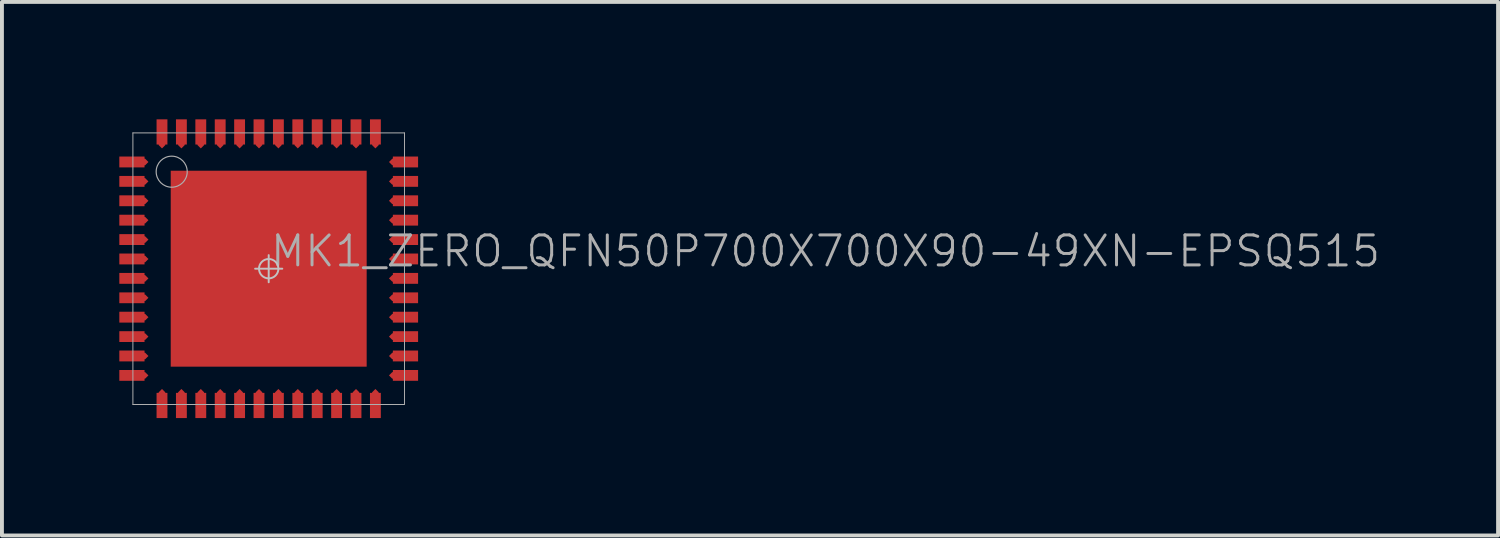
<source format=kicad_pcb>
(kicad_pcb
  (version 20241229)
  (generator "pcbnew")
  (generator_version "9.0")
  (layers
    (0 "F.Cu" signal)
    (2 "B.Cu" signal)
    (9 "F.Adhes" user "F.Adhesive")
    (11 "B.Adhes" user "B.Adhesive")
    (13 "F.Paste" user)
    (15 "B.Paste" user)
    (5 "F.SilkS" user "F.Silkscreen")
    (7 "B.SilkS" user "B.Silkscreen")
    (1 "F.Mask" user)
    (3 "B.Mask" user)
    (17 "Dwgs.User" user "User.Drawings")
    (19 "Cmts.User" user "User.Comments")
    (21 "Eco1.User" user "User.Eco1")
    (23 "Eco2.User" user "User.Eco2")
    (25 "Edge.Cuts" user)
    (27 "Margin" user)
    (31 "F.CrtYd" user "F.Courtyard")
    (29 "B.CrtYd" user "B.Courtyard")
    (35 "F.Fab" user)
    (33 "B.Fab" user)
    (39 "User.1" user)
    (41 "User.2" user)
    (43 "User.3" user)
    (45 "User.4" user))
  (footprint "MK1_ZERO_QFN50P700X700X90-49XN-EPSQ515"
    (layer "F.Cu")
    (at 3.875 3.875)
    (property "Reference" "MK1_ZERO_QFN50P700X700X90-49XN-EPSQ515" (at 0 0 0) (layer "F.Fab") (effects (font (size 0.772 0.772) (thickness 0.077)) (justify left bottom)))
    (attr through_hole)
    (fp_poly (pts (xy -2.525 -2.525) (xy 2.525 -2.525) (xy 2.525 2.525) (xy -2.525 2.525)) (stroke (width 0) (type solid)) (fill yes) (layer "F.Cu"))
    (fp_poly (pts (xy -3.825 -1.835) (xy -3.185 -1.835) (xy -3.1 -1.75) (xy -3.185 -1.665) (xy -3.825 -1.665)) (stroke (width 0) (type solid)) (fill yes) (layer "F.Cu"))
    (fp_poly (pts (xy -3.825 -1.335) (xy -3.185 -1.335) (xy -3.1 -1.25) (xy -3.185 -1.165) (xy -3.825 -1.165)) (stroke (width 0) (type solid)) (fill yes) (layer "F.Cu"))
    (fp_poly (pts (xy -3.825 -0.835) (xy -3.185 -0.835) (xy -3.1 -0.75) (xy -3.185 -0.665) (xy -3.825 -0.665)) (stroke (width 0) (type solid)) (fill yes) (layer "F.Cu"))
    (fp_poly (pts (xy -3.825 -0.335) (xy -3.185 -0.335) (xy -3.1 -0.25) (xy -3.185 -0.165) (xy -3.825 -0.165)) (stroke (width 0) (type solid)) (fill yes) (layer "F.Cu"))
    (fp_poly (pts (xy -3.825 0.165) (xy -3.185 0.165) (xy -3.1 0.25) (xy -3.185 0.335) (xy -3.825 0.335)) (stroke (width 0) (type solid)) (fill yes) (layer "F.Cu"))
    (fp_poly (pts (xy -3.825 0.665) (xy -3.185 0.665) (xy -3.1 0.75) (xy -3.185 0.835) (xy -3.825 0.835)) (stroke (width 0) (type solid)) (fill yes) (layer "F.Cu"))
    (fp_poly (pts (xy -3.825 1.165) (xy -3.185 1.165) (xy -3.1 1.25) (xy -3.185 1.335) (xy -3.825 1.335)) (stroke (width 0) (type solid)) (fill yes) (layer "F.Cu"))
    (fp_poly (pts (xy -3.825 1.665) (xy -3.185 1.665) (xy -3.1 1.75) (xy -3.185 1.835) (xy -3.825 1.835)) (stroke (width 0) (type solid)) (fill yes) (layer "F.Cu"))
    (fp_poly (pts (xy -3.825 2.165) (xy -3.185 2.165) (xy -3.1 2.25) (xy -3.185 2.335) (xy -3.825 2.335)) (stroke (width 0) (type solid)) (fill yes) (layer "F.Cu"))
    (fp_poly (pts (xy -3.825 2.665) (xy -3.185 2.665) (xy -3.1 2.75) (xy -3.185 2.835) (xy -3.825 2.835)) (stroke (width 0) (type solid)) (fill yes) (layer "F.Cu"))
    (fp_poly (pts (xy -2.835 3.825) (xy -2.835 3.185) (xy -2.75 3.1) (xy -2.665 3.185) (xy -2.665 3.825)) (stroke (width 0) (type solid)) (fill yes) (layer "F.Cu"))
    (fp_poly (pts (xy -2.665 -3.825) (xy -2.665 -3.185) (xy -2.75 -3.1) (xy -2.835 -3.185) (xy -2.835 -3.825)) (stroke (width 0) (type solid)) (fill yes) (layer "F.Cu"))
    (fp_poly (pts (xy -2.335 3.825) (xy -2.335 3.185) (xy -2.25 3.1) (xy -2.165 3.185) (xy -2.165 3.825)) (stroke (width 0) (type solid)) (fill yes) (layer "F.Cu"))
    (fp_poly (pts (xy -2.165 -3.825) (xy -2.165 -3.185) (xy -2.25 -3.1) (xy -2.335 -3.185) (xy -2.335 -3.825)) (stroke (width 0) (type solid)) (fill yes) (layer "F.Cu"))
    (fp_poly (pts (xy -1.835 3.825) (xy -1.835 3.185) (xy -1.75 3.1) (xy -1.665 3.185) (xy -1.665 3.825)) (stroke (width 0) (type solid)) (fill yes) (layer "F.Cu"))
    (fp_poly (pts (xy -1.665 -3.825) (xy -1.665 -3.185) (xy -1.75 -3.1) (xy -1.835 -3.185) (xy -1.835 -3.825)) (stroke (width 0) (type solid)) (fill yes) (layer "F.Cu"))
    (fp_poly (pts (xy -1.335 3.825) (xy -1.335 3.185) (xy -1.25 3.1) (xy -1.165 3.185) (xy -1.165 3.825)) (stroke (width 0) (type solid)) (fill yes) (layer "F.Cu"))
    (fp_poly (pts (xy -1.165 -3.825) (xy -1.165 -3.185) (xy -1.25 -3.1) (xy -1.335 -3.185) (xy -1.335 -3.825)) (stroke (width 0) (type solid)) (fill yes) (layer "F.Cu"))
    (fp_poly (pts (xy -0.835 3.825) (xy -0.835 3.185) (xy -0.75 3.1) (xy -0.665 3.185) (xy -0.665 3.825)) (stroke (width 0) (type solid)) (fill yes) (layer "F.Cu"))
    (fp_poly (pts (xy -0.665 -3.825) (xy -0.665 -3.185) (xy -0.75 -3.1) (xy -0.835 -3.185) (xy -0.835 -3.825)) (stroke (width 0) (type solid)) (fill yes) (layer "F.Cu"))
    (fp_poly (pts (xy -0.335 3.825) (xy -0.335 3.185) (xy -0.25 3.1) (xy -0.165 3.185) (xy -0.165 3.825)) (stroke (width 0) (type solid)) (fill yes) (layer "F.Cu"))
    (fp_poly (pts (xy -0.165 -3.825) (xy -0.165 -3.185) (xy -0.25 -3.1) (xy -0.335 -3.185) (xy -0.335 -3.825)) (stroke (width 0) (type solid)) (fill yes) (layer "F.Cu"))
    (fp_poly (pts (xy 0.165 3.825) (xy 0.165 3.185) (xy 0.25 3.1) (xy 0.335 3.185) (xy 0.335 3.825)) (stroke (width 0) (type solid)) (fill yes) (layer "F.Cu"))
    (fp_poly (pts (xy 0.335 -3.825) (xy 0.335 -3.185) (xy 0.25 -3.1) (xy 0.165 -3.185) (xy 0.165 -3.825)) (stroke (width 0) (type solid)) (fill yes) (layer "F.Cu"))
    (fp_poly (pts (xy 0.665 3.825) (xy 0.665 3.185) (xy 0.75 3.1) (xy 0.835 3.185) (xy 0.835 3.825)) (stroke (width 0) (type solid)) (fill yes) (layer "F.Cu"))
    (fp_poly (pts (xy 0.835 -3.825) (xy 0.835 -3.185) (xy 0.75 -3.1) (xy 0.665 -3.185) (xy 0.665 -3.825)) (stroke (width 0) (type solid)) (fill yes) (layer "F.Cu"))
    (fp_poly (pts (xy 1.165 3.825) (xy 1.165 3.185) (xy 1.25 3.1) (xy 1.335 3.185) (xy 1.335 3.825)) (stroke (width 0) (type solid)) (fill yes) (layer "F.Cu"))
    (fp_poly (pts (xy 1.335 -3.825) (xy 1.335 -3.185) (xy 1.25 -3.1) (xy 1.165 -3.185) (xy 1.165 -3.825)) (stroke (width 0) (type solid)) (fill yes) (layer "F.Cu"))
    (fp_poly (pts (xy 1.665 3.825) (xy 1.665 3.185) (xy 1.75 3.1) (xy 1.835 3.185) (xy 1.835 3.825)) (stroke (width 0) (type solid)) (fill yes) (layer "F.Cu"))
    (fp_poly (pts (xy 1.835 -3.825) (xy 1.835 -3.185) (xy 1.75 -3.1) (xy 1.665 -3.185) (xy 1.665 -3.825)) (stroke (width 0) (type solid)) (fill yes) (layer "F.Cu"))
    (fp_poly (pts (xy 2.165 3.825) (xy 2.165 3.185) (xy 2.25 3.1) (xy 2.335 3.185) (xy 2.335 3.825)) (stroke (width 0) (type solid)) (fill yes) (layer "F.Cu"))
    (fp_poly (pts (xy 2.335 -3.825) (xy 2.335 -3.185) (xy 2.25 -3.1) (xy 2.165 -3.185) (xy 2.165 -3.825)) (stroke (width 0) (type solid)) (fill yes) (layer "F.Cu"))
    (fp_poly (pts (xy 2.665 3.825) (xy 2.665 3.185) (xy 2.75 3.1) (xy 2.835 3.185) (xy 2.835 3.825)) (stroke (width 0) (type solid)) (fill yes) (layer "F.Cu"))
    (fp_poly (pts (xy 2.835 -3.825) (xy 2.835 -3.185) (xy 2.75 -3.1) (xy 2.665 -3.185) (xy 2.665 -3.825)) (stroke (width 0) (type solid)) (fill yes) (layer "F.Cu"))
    (fp_poly (pts (xy 3.825 -2.665) (xy 3.185 -2.665) (xy 3.1 -2.75) (xy 3.185 -2.835) (xy 3.825 -2.835)) (stroke (width 0) (type solid)) (fill yes) (layer "F.Cu"))
    (fp_poly (pts (xy 3.825 -2.165) (xy 3.185 -2.165) (xy 3.1 -2.25) (xy 3.185 -2.335) (xy 3.825 -2.335)) (stroke (width 0) (type solid)) (fill yes) (layer "F.Cu"))
    (fp_poly (pts (xy 3.825 -1.665) (xy 3.185 -1.665) (xy 3.1 -1.75) (xy 3.185 -1.835) (xy 3.825 -1.835)) (stroke (width 0) (type solid)) (fill yes) (layer "F.Cu"))
    (fp_poly (pts (xy 3.825 -1.165) (xy 3.185 -1.165) (xy 3.1 -1.25) (xy 3.185 -1.335) (xy 3.825 -1.335)) (stroke (width 0) (type solid)) (fill yes) (layer "F.Cu"))
    (fp_poly (pts (xy 3.825 -0.665) (xy 3.185 -0.665) (xy 3.1 -0.75) (xy 3.185 -0.835) (xy 3.825 -0.835)) (stroke (width 0) (type solid)) (fill yes) (layer "F.Cu"))
    (fp_poly (pts (xy 3.825 -0.165) (xy 3.185 -0.165) (xy 3.1 -0.25) (xy 3.185 -0.335) (xy 3.825 -0.335)) (stroke (width 0) (type solid)) (fill yes) (layer "F.Cu"))
    (fp_poly (pts (xy 3.825 0.335) (xy 3.185 0.335) (xy 3.1 0.25) (xy 3.185 0.165) (xy 3.825 0.165)) (stroke (width 0) (type solid)) (fill yes) (layer "F.Cu"))
    (fp_poly (pts (xy 3.825 0.835) (xy 3.185 0.835) (xy 3.1 0.75) (xy 3.185 0.665) (xy 3.825 0.665)) (stroke (width 0) (type solid)) (fill yes) (layer "F.Cu"))
    (fp_poly (pts (xy 3.825 1.335) (xy 3.185 1.335) (xy 3.1 1.25) (xy 3.185 1.165) (xy 3.825 1.165)) (stroke (width 0) (type solid)) (fill yes) (layer "F.Cu"))
    (fp_poly (pts (xy 3.825 1.835) (xy 3.185 1.835) (xy 3.1 1.75) (xy 3.185 1.665) (xy 3.825 1.665)) (stroke (width 0) (type solid)) (fill yes) (layer "F.Cu"))
    (fp_poly (pts (xy 3.825 2.335) (xy 3.185 2.335) (xy 3.1 2.25) (xy 3.185 2.165) (xy 3.825 2.165)) (stroke (width 0) (type solid)) (fill yes) (layer "F.Cu"))
    (fp_poly (pts (xy 3.825 2.835) (xy 3.185 2.835) (xy 3.1 2.75) (xy 3.185 2.665) (xy 3.825 2.665)) (stroke (width 0) (type solid)) (fill yes) (layer "F.Cu"))
    (fp_poly (pts (xy -3.825 -2.835) (xy -3.19 -2.835) (xy -3.185 -2.835) (xy -3.1 -2.75) (xy -3.185 -2.665) (xy -3.19 -2.665) (xy -3.825 -2.665)) (stroke (width 0) (type solid)) (fill yes) (layer "F.Cu"))
    (fp_poly (pts (xy -3.825 -2.335) (xy -3.19 -2.335) (xy -3.185 -2.335) (xy -3.1 -2.25) (xy -3.185 -2.165) (xy -3.19 -2.165) (xy -3.825 -2.165)) (stroke (width 0) (type solid)) (fill yes) (layer "F.Cu"))
    (fp_poly (pts (xy -2.595 -2.6) (xy 2.6 -2.6) (xy 2.6 2.6) (xy -2.6 2.6)) (stroke (width 0) (type solid)) (fill yes) (layer "F.Mask"))
    (fp_poly (pts (xy -3.875 -2.925) (xy -3.225 -2.925) (xy -3.05 -2.75) (xy -3.05 2.75) (xy -3.225 2.925) (xy -3.875 2.925)) (stroke (width 0) (type solid)) (fill yes) (layer "F.Mask"))
    (fp_poly (pts (xy -2.925 3.875) (xy -2.925 3.225) (xy -2.75 3.05) (xy 2.75 3.05) (xy 2.925 3.225) (xy 2.925 3.875)) (stroke (width 0) (type solid)) (fill yes) (layer "F.Mask"))
    (fp_poly (pts (xy 2.925 -3.875) (xy 2.925 -3.225) (xy 2.75 -3.05) (xy -2.75 -3.05) (xy -2.925 -3.225) (xy -2.925 -3.875)) (stroke (width 0) (type solid)) (fill yes) (layer "F.Mask"))
    (fp_poly (pts (xy 3.875 2.925) (xy 3.225 2.925) (xy 3.05 2.75) (xy 3.05 -2.75) (xy 3.225 -2.925) (xy 3.875 -2.925)) (stroke (width 0) (type solid)) (fill yes) (layer "F.Mask"))
    (fp_poly (pts (xy -2.365 -2.365) (xy -1.03 -2.365) (xy -1.03 -1.03) (xy -2.365 -1.03)) (stroke (width 0) (type solid)) (fill yes) (layer "F.Paste"))
    (fp_poly (pts (xy -2.365 -0.665) (xy -1.03 -0.665) (xy -1.03 0.67) (xy -2.365 0.67)) (stroke (width 0) (type solid)) (fill yes) (layer "F.Paste"))
    (fp_poly (pts (xy -2.365 1.035) (xy -1.03 1.035) (xy -1.03 2.37) (xy -2.365 2.37)) (stroke (width 0) (type solid)) (fill yes) (layer "F.Paste"))
    (fp_poly (pts (xy -0.665 -2.365) (xy 0.67 -2.365) (xy 0.67 -1.03) (xy -0.665 -1.03)) (stroke (width 0) (type solid)) (fill yes) (layer "F.Paste"))
    (fp_poly (pts (xy -0.665 -0.665) (xy 0.67 -0.665) (xy 0.67 0.67) (xy -0.665 0.67)) (stroke (width 0) (type solid)) (fill yes) (layer "F.Paste"))
    (fp_poly (pts (xy -0.665 1.035) (xy 0.67 1.035) (xy 0.67 2.37) (xy -0.665 2.37)) (stroke (width 0) (type solid)) (fill yes) (layer "F.Paste"))
    (fp_poly (pts (xy 1.035 -2.365) (xy 2.37 -2.365) (xy 2.37 -1.03) (xy 1.035 -1.03)) (stroke (width 0) (type solid)) (fill yes) (layer "F.Paste"))
    (fp_poly (pts (xy 1.035 -0.665) (xy 2.37 -0.665) (xy 2.37 0.67) (xy 1.035 0.67)) (stroke (width 0) (type solid)) (fill yes) (layer "F.Paste"))
    (fp_poly (pts (xy 1.035 1.035) (xy 2.37 1.035) (xy 2.37 2.37) (xy 1.035 2.37)) (stroke (width 0) (type solid)) (fill yes) (layer "F.Paste"))
    (fp_poly (pts (xy -3.825 -2.835) (xy -3.185 -2.835) (xy -3.1 -2.75) (xy -3.185 -2.665) (xy -3.825 -2.665)) (stroke (width 0) (type solid)) (fill yes) (layer "F.Paste"))
    (fp_poly (pts (xy -3.825 -2.335) (xy -3.185 -2.335) (xy -3.1 -2.25) (xy -3.185 -2.165) (xy -3.825 -2.165)) (stroke (width 0) (type solid)) (fill yes) (layer "F.Paste"))
    (fp_poly (pts (xy -3.825 -1.835) (xy -3.185 -1.835) (xy -3.1 -1.75) (xy -3.185 -1.665) (xy -3.825 -1.665)) (stroke (width 0) (type solid)) (fill yes) (layer "F.Paste"))
    (fp_poly (pts (xy -3.825 -1.335) (xy -3.185 -1.335) (xy -3.1 -1.25) (xy -3.185 -1.165) (xy -3.825 -1.165)) (stroke (width 0) (type solid)) (fill yes) (layer "F.Paste"))
    (fp_poly (pts (xy -3.825 -0.835) (xy -3.185 -0.835) (xy -3.1 -0.75) (xy -3.185 -0.665) (xy -3.825 -0.665)) (stroke (width 0) (type solid)) (fill yes) (layer "F.Paste"))
    (fp_poly (pts (xy -3.825 -0.335) (xy -3.185 -0.335) (xy -3.1 -0.25) (xy -3.185 -0.165) (xy -3.825 -0.165)) (stroke (width 0) (type solid)) (fill yes) (layer "F.Paste"))
    (fp_poly (pts (xy -3.825 0.165) (xy -3.185 0.165) (xy -3.1 0.25) (xy -3.185 0.335) (xy -3.825 0.335)) (stroke (width 0) (type solid)) (fill yes) (layer "F.Paste"))
    (fp_poly (pts (xy -3.825 0.665) (xy -3.185 0.665) (xy -3.1 0.75) (xy -3.185 0.835) (xy -3.825 0.835)) (stroke (width 0) (type solid)) (fill yes) (layer "F.Paste"))
    (fp_poly (pts (xy -3.825 1.165) (xy -3.185 1.165) (xy -3.1 1.25) (xy -3.185 1.335) (xy -3.825 1.335)) (stroke (width 0) (type solid)) (fill yes) (layer "F.Paste"))
    (fp_poly (pts (xy -3.825 1.665) (xy -3.185 1.665) (xy -3.1 1.75) (xy -3.185 1.835) (xy -3.825 1.835)) (stroke (width 0) (type solid)) (fill yes) (layer "F.Paste"))
    (fp_poly (pts (xy -3.825 2.165) (xy -3.185 2.165) (xy -3.1 2.25) (xy -3.185 2.335) (xy -3.825 2.335)) (stroke (width 0) (type solid)) (fill yes) (layer "F.Paste"))
    (fp_poly (pts (xy -3.825 2.665) (xy -3.185 2.665) (xy -3.1 2.75) (xy -3.185 2.835) (xy -3.825 2.835)) (stroke (width 0) (type solid)) (fill yes) (layer "F.Paste"))
    (fp_poly (pts (xy -2.835 3.825) (xy -2.835 3.185) (xy -2.75 3.1) (xy -2.665 3.185) (xy -2.665 3.825)) (stroke (width 0) (type solid)) (fill yes) (layer "F.Paste"))
    (fp_poly (pts (xy -2.665 -3.825) (xy -2.665 -3.185) (xy -2.75 -3.1) (xy -2.835 -3.185) (xy -2.835 -3.825)) (stroke (width 0) (type solid)) (fill yes) (layer "F.Paste"))
    (fp_poly (pts (xy -2.335 3.825) (xy -2.335 3.185) (xy -2.25 3.1) (xy -2.165 3.185) (xy -2.165 3.825)) (stroke (width 0) (type solid)) (fill yes) (layer "F.Paste"))
    (fp_poly (pts (xy -2.165 -3.825) (xy -2.165 -3.185) (xy -2.25 -3.1) (xy -2.335 -3.185) (xy -2.335 -3.825)) (stroke (width 0) (type solid)) (fill yes) (layer "F.Paste"))
    (fp_poly (pts (xy -1.835 3.825) (xy -1.835 3.185) (xy -1.75 3.1) (xy -1.665 3.185) (xy -1.665 3.825)) (stroke (width 0) (type solid)) (fill yes) (layer "F.Paste"))
    (fp_poly (pts (xy -1.665 -3.825) (xy -1.665 -3.185) (xy -1.75 -3.1) (xy -1.835 -3.185) (xy -1.835 -3.825)) (stroke (width 0) (type solid)) (fill yes) (layer "F.Paste"))
    (fp_poly (pts (xy -1.335 3.825) (xy -1.335 3.185) (xy -1.25 3.1) (xy -1.165 3.185) (xy -1.165 3.825)) (stroke (width 0) (type solid)) (fill yes) (layer "F.Paste"))
    (fp_poly (pts (xy -1.165 -3.825) (xy -1.165 -3.185) (xy -1.25 -3.1) (xy -1.335 -3.185) (xy -1.335 -3.825)) (stroke (width 0) (type solid)) (fill yes) (layer "F.Paste"))
    (fp_poly (pts (xy -0.835 3.825) (xy -0.835 3.185) (xy -0.75 3.1) (xy -0.665 3.185) (xy -0.665 3.825)) (stroke (width 0) (type solid)) (fill yes) (layer "F.Paste"))
    (fp_poly (pts (xy -0.665 -3.825) (xy -0.665 -3.185) (xy -0.75 -3.1) (xy -0.835 -3.185) (xy -0.835 -3.825)) (stroke (width 0) (type solid)) (fill yes) (layer "F.Paste"))
    (fp_poly (pts (xy -0.335 3.825) (xy -0.335 3.185) (xy -0.25 3.1) (xy -0.165 3.185) (xy -0.165 3.825)) (stroke (width 0) (type solid)) (fill yes) (layer "F.Paste"))
    (fp_poly (pts (xy -0.165 -3.825) (xy -0.165 -3.185) (xy -0.25 -3.1) (xy -0.335 -3.185) (xy -0.335 -3.825)) (stroke (width 0) (type solid)) (fill yes) (layer "F.Paste"))
    (fp_poly (pts (xy 0.165 3.825) (xy 0.165 3.185) (xy 0.25 3.1) (xy 0.335 3.185) (xy 0.335 3.825)) (stroke (width 0) (type solid)) (fill yes) (layer "F.Paste"))
    (fp_poly (pts (xy 0.335 -3.825) (xy 0.335 -3.185) (xy 0.25 -3.1) (xy 0.165 -3.185) (xy 0.165 -3.825)) (stroke (width 0) (type solid)) (fill yes) (layer "F.Paste"))
    (fp_poly (pts (xy 0.665 3.825) (xy 0.665 3.185) (xy 0.75 3.1) (xy 0.835 3.185) (xy 0.835 3.825)) (stroke (width 0) (type solid)) (fill yes) (layer "F.Paste"))
    (fp_poly (pts (xy 0.835 -3.825) (xy 0.835 -3.185) (xy 0.75 -3.1) (xy 0.665 -3.185) (xy 0.665 -3.825)) (stroke (width 0) (type solid)) (fill yes) (layer "F.Paste"))
    (fp_poly (pts (xy 1.165 3.825) (xy 1.165 3.185) (xy 1.25 3.1) (xy 1.335 3.185) (xy 1.335 3.825)) (stroke (width 0) (type solid)) (fill yes) (layer "F.Paste"))
    (fp_poly (pts (xy 1.335 -3.825) (xy 1.335 -3.185) (xy 1.25 -3.1) (xy 1.165 -3.185) (xy 1.165 -3.825)) (stroke (width 0) (type solid)) (fill yes) (layer "F.Paste"))
    (fp_poly (pts (xy 1.665 3.825) (xy 1.665 3.185) (xy 1.75 3.1) (xy 1.835 3.185) (xy 1.835 3.825)) (stroke (width 0) (type solid)) (fill yes) (layer "F.Paste"))
    (fp_poly (pts (xy 1.835 -3.825) (xy 1.835 -3.185) (xy 1.75 -3.1) (xy 1.665 -3.185) (xy 1.665 -3.825)) (stroke (width 0) (type solid)) (fill yes) (layer "F.Paste"))
    (fp_poly (pts (xy 2.165 3.825) (xy 2.165 3.185) (xy 2.25 3.1) (xy 2.335 3.185) (xy 2.335 3.825)) (stroke (width 0) (type solid)) (fill yes) (layer "F.Paste"))
    (fp_poly (pts (xy 2.335 -3.825) (xy 2.335 -3.185) (xy 2.25 -3.1) (xy 2.165 -3.185) (xy 2.165 -3.825)) (stroke (width 0) (type solid)) (fill yes) (layer "F.Paste"))
    (fp_poly (pts (xy 2.665 3.825) (xy 2.665 3.185) (xy 2.75 3.1) (xy 2.835 3.185) (xy 2.835 3.825)) (stroke (width 0) (type solid)) (fill yes) (layer "F.Paste"))
    (fp_poly (pts (xy 2.835 -3.825) (xy 2.835 -3.185) (xy 2.75 -3.1) (xy 2.665 -3.185) (xy 2.665 -3.825)) (stroke (width 0) (type solid)) (fill yes) (layer "F.Paste"))
    (fp_poly (pts (xy 3.825 -2.665) (xy 3.185 -2.665) (xy 3.1 -2.75) (xy 3.185 -2.835) (xy 3.825 -2.835)) (stroke (width 0) (type solid)) (fill yes) (layer "F.Paste"))
    (fp_poly (pts (xy 3.825 -2.165) (xy 3.185 -2.165) (xy 3.1 -2.25) (xy 3.185 -2.335) (xy 3.825 -2.335)) (stroke (width 0) (type solid)) (fill yes) (layer "F.Paste"))
    (fp_poly (pts (xy 3.825 -1.665) (xy 3.185 -1.665) (xy 3.1 -1.75) (xy 3.185 -1.835) (xy 3.825 -1.835)) (stroke (width 0) (type solid)) (fill yes) (layer "F.Paste"))
    (fp_poly (pts (xy 3.825 -1.165) (xy 3.185 -1.165) (xy 3.1 -1.25) (xy 3.185 -1.335) (xy 3.825 -1.335)) (stroke (width 0) (type solid)) (fill yes) (layer "F.Paste"))
    (fp_poly (pts (xy 3.825 -0.665) (xy 3.185 -0.665) (xy 3.1 -0.75) (xy 3.185 -0.835) (xy 3.825 -0.835)) (stroke (width 0) (type solid)) (fill yes) (layer "F.Paste"))
    (fp_poly (pts (xy 3.825 -0.165) (xy 3.185 -0.165) (xy 3.1 -0.25) (xy 3.185 -0.335) (xy 3.825 -0.335)) (stroke (width 0) (type solid)) (fill yes) (layer "F.Paste"))
    (fp_poly (pts (xy 3.825 0.335) (xy 3.185 0.335) (xy 3.1 0.25) (xy 3.185 0.165) (xy 3.825 0.165)) (stroke (width 0) (type solid)) (fill yes) (layer "F.Paste"))
    (fp_poly (pts (xy 3.825 0.835) (xy 3.185 0.835) (xy 3.1 0.75) (xy 3.185 0.665) (xy 3.825 0.665)) (stroke (width 0) (type solid)) (fill yes) (layer "F.Paste"))
    (fp_poly (pts (xy 3.825 1.335) (xy 3.185 1.335) (xy 3.1 1.25) (xy 3.185 1.165) (xy 3.825 1.165)) (stroke (width 0) (type solid)) (fill yes) (layer "F.Paste"))
    (fp_poly (pts (xy 3.825 1.835) (xy 3.185 1.835) (xy 3.1 1.75) (xy 3.185 1.665) (xy 3.825 1.665)) (stroke (width 0) (type solid)) (fill yes) (layer "F.Paste"))
    (fp_poly (pts (xy 3.825 2.335) (xy 3.185 2.335) (xy 3.1 2.25) (xy 3.185 2.165) (xy 3.825 2.165)) (stroke (width 0) (type solid)) (fill yes) (layer "F.Paste"))
    (fp_poly (pts (xy 3.825 2.835) (xy 3.185 2.835) (xy 3.1 2.75) (xy 3.185 2.665) (xy 3.825 2.665)) (stroke (width 0) (type solid)) (fill yes) (layer "F.Paste"))
    (fp_line (start -0.35 0) (end 0.35 0) (stroke (width 0.05) (type solid)) (layer "Dwgs.User"))
    (fp_line (start 0 0.35) (end 0 -0.35) (stroke (width 0.05) (type solid)) (layer "Dwgs.User"))
    (fp_circle (center 0 0) (end 0.25 0) (stroke (width 0.05) (type solid)) (fill no) (layer "Dwgs.User"))
    (fp_line (start -3.5 -3.5) (end -3.5 3.5) (stroke (width 0.025) (type solid)) (layer "F.Fab"))
    (fp_line (start -3.5 3.5) (end 3.5 3.5) (stroke (width 0.025) (type solid)) (layer "F.Fab"))
    (fp_line (start 3.5 -3.5) (end -3.5 -3.5) (stroke (width 0.025) (type solid)) (layer "F.Fab"))
    (fp_line (start 3.5 3.5) (end 3.5 -3.5) (stroke (width 0.025) (type solid)) (layer "F.Fab"))
    (fp_circle (center -2.5 -2.5) (end -2.1 -2.5) (stroke (width 0.03) (type solid)) (fill no) (layer "F.Fab"))
    (pad "1" smd roundrect (at -3.525 -2.75) (size 0.65 0.28) (layers "F.Cu" "F.Mask") (roundrect_rratio 0.015))
    (pad "2" smd roundrect (at -3.525 -2.25) (size 0.65 0.28) (layers "F.Cu" "F.Mask") (roundrect_rratio 0.015))
    (pad "3" smd roundrect (at -3.525 -1.75) (size 0.65 0.28) (layers "F.Cu" "F.Mask") (roundrect_rratio 0.015))
    (pad "4" smd roundrect (at -3.525 -1.25) (size 0.65 0.28) (layers "F.Cu" "F.Mask") (roundrect_rratio 0.015))
    (pad "5" smd roundrect (at -3.525 -0.75) (size 0.65 0.28) (layers "F.Cu" "F.Mask") (roundrect_rratio 0.015))
    (pad "6" smd roundrect (at -3.525 -0.25) (size 0.65 0.28) (layers "F.Cu" "F.Mask") (roundrect_rratio 0.015))
    (pad "7" smd roundrect (at -3.525 0.25) (size 0.65 0.28) (layers "F.Cu" "F.Mask") (roundrect_rratio 0.015))
    (pad "8" smd roundrect (at -3.525 0.75) (size 0.65 0.28) (layers "F.Cu" "F.Mask") (roundrect_rratio 0.015))
    (pad "9" smd roundrect (at -3.525 1.25) (size 0.65 0.28) (layers "F.Cu" "F.Mask") (roundrect_rratio 0.015))
    (pad "10" smd roundrect (at -3.525 1.75) (size 0.65 0.28) (layers "F.Cu" "F.Mask") (roundrect_rratio 0.015))
    (pad "11" smd roundrect (at -3.525 2.25) (size 0.65 0.28) (layers "F.Cu" "F.Mask") (roundrect_rratio 0.015))
    (pad "12" smd roundrect (at -3.525 2.75) (size 0.65 0.28) (layers "F.Cu" "F.Mask") (roundrect_rratio 0.015))
    (pad "13" smd roundrect (at -2.75 3.525) (size 0.28 0.65) (layers "F.Cu" "F.Mask") (roundrect_rratio 0.015))
    (pad "14" smd roundrect (at -2.25 3.525) (size 0.28 0.65) (layers "F.Cu" "F.Mask") (roundrect_rratio 0.015))
    (pad "15" smd roundrect (at -1.75 3.525) (size 0.28 0.65) (layers "F.Cu" "F.Mask") (roundrect_rratio 0.015))
    (pad "16" smd roundrect (at -1.25 3.525) (size 0.28 0.65) (layers "F.Cu" "F.Mask") (roundrect_rratio 0.015))
    (pad "17" smd roundrect (at -0.75 3.525) (size 0.28 0.65) (layers "F.Cu" "F.Mask") (roundrect_rratio 0.015))
    (pad "18" smd roundrect (at -0.25 3.525) (size 0.28 0.65) (layers "F.Cu" "F.Mask") (roundrect_rratio 0.015))
    (pad "19" smd roundrect (at 0.25 3.525) (size 0.28 0.65) (layers "F.Cu" "F.Mask") (roundrect_rratio 0.015))
    (pad "20" smd roundrect (at 0.75 3.525) (size 0.28 0.65) (layers "F.Cu" "F.Mask") (roundrect_rratio 0.015))
    (pad "21" smd roundrect (at 1.25 3.525) (size 0.28 0.65) (layers "F.Cu" "F.Mask") (roundrect_rratio 0.015))
    (pad "22" smd roundrect (at 1.75 3.525) (size 0.28 0.65) (layers "F.Cu" "F.Mask") (roundrect_rratio 0.015))
    (pad "23" smd roundrect (at 2.25 3.525) (size 0.28 0.65) (layers "F.Cu" "F.Mask") (roundrect_rratio 0.015))
    (pad "24" smd roundrect (at 2.75 3.525) (size 0.28 0.65) (layers "F.Cu" "F.Mask") (roundrect_rratio 0.015))
    (pad "25" smd roundrect (at 3.525 2.75) (size 0.65 0.28) (layers "F.Cu" "F.Mask") (roundrect_rratio 0.015))
    (pad "26" smd roundrect (at 3.525 2.25) (size 0.65 0.28) (layers "F.Cu" "F.Mask") (roundrect_rratio 0.015))
    (pad "27" smd roundrect (at 3.525 1.75) (size 0.65 0.28) (layers "F.Cu" "F.Mask") (roundrect_rratio 0.015))
    (pad "28" smd roundrect (at 3.525 1.25) (size 0.65 0.28) (layers "F.Cu" "F.Mask") (roundrect_rratio 0.015))
    (pad "29" smd roundrect (at 3.525 0.75) (size 0.65 0.28) (layers "F.Cu" "F.Mask") (roundrect_rratio 0.015))
    (pad "30" smd roundrect (at 3.525 0.25) (size 0.65 0.28) (layers "F.Cu" "F.Mask") (roundrect_rratio 0.015))
    (pad "31" smd roundrect (at 3.525 -0.25) (size 0.65 0.28) (layers "F.Cu" "F.Mask") (roundrect_rratio 0.015))
    (pad "32" smd roundrect (at 3.525 -0.75) (size 0.65 0.28) (layers "F.Cu" "F.Mask") (roundrect_rratio 0.015))
    (pad "33" smd roundrect (at 3.525 -1.25) (size 0.65 0.28) (layers "F.Cu" "F.Mask") (roundrect_rratio 0.015))
    (pad "34" smd roundrect (at 3.525 -1.75) (size 0.65 0.28) (layers "F.Cu" "F.Mask") (roundrect_rratio 0.015))
    (pad "35" smd roundrect (at 3.525 -2.25) (size 0.65 0.28) (layers "F.Cu" "F.Mask") (roundrect_rratio 0.015))
    (pad "36" smd roundrect (at 3.525 -2.75) (size 0.65 0.28) (layers "F.Cu" "F.Mask") (roundrect_rratio 0.015))
    (pad "37" smd roundrect (at 2.75 -3.525) (size 0.28 0.65) (layers "F.Cu" "F.Mask") (roundrect_rratio 0.015))
    (pad "38" smd roundrect (at 2.25 -3.525) (size 0.28 0.65) (layers "F.Cu" "F.Mask") (roundrect_rratio 0.015))
    (pad "39" smd roundrect (at 1.75 -3.525) (size 0.28 0.65) (layers "F.Cu" "F.Mask") (roundrect_rratio 0.015))
    (pad "40" smd roundrect (at 1.25 -3.525) (size 0.28 0.65) (layers "F.Cu" "F.Mask") (roundrect_rratio 0.015))
    (pad "41" smd roundrect (at 0.75 -3.525) (size 0.28 0.65) (layers "F.Cu" "F.Mask") (roundrect_rratio 0.015))
    (pad "42" smd roundrect (at 0.25 -3.525) (size 0.28 0.65) (layers "F.Cu" "F.Mask") (roundrect_rratio 0.015))
    (pad "43" smd roundrect (at -0.25 -3.525) (size 0.28 0.65) (layers "F.Cu" "F.Mask") (roundrect_rratio 0.015))
    (pad "44" smd roundrect (at -0.75 -3.525) (size 0.28 0.65) (layers "F.Cu" "F.Mask") (roundrect_rratio 0.015))
    (pad "45" smd roundrect (at -1.25 -3.525) (size 0.28 0.65) (layers "F.Cu" "F.Mask") (roundrect_rratio 0.015))
    (pad "46" smd roundrect (at -1.75 -3.525) (size 0.28 0.65) (layers "F.Cu" "F.Mask") (roundrect_rratio 0.015))
    (pad "47" smd roundrect (at -2.25 -3.525) (size 0.28 0.65) (layers "F.Cu" "F.Mask") (roundrect_rratio 0.015))
    (pad "48" smd roundrect (at -2.75 -3.525) (size 0.28 0.65) (layers "F.Cu" "F.Mask") (roundrect_rratio 0.015))
    (pad "49" smd roundrect (at 0 0) (size 5 5) (layers "F.Cu" "F.Mask") (roundrect_rratio 0.015)))
  (gr_rect
    (start -3 -3)
    (end 35.559 10.75)
    (stroke (width 0.1) (type default))
    (fill no)
    (layer "Edge.Cuts")))
</source>
